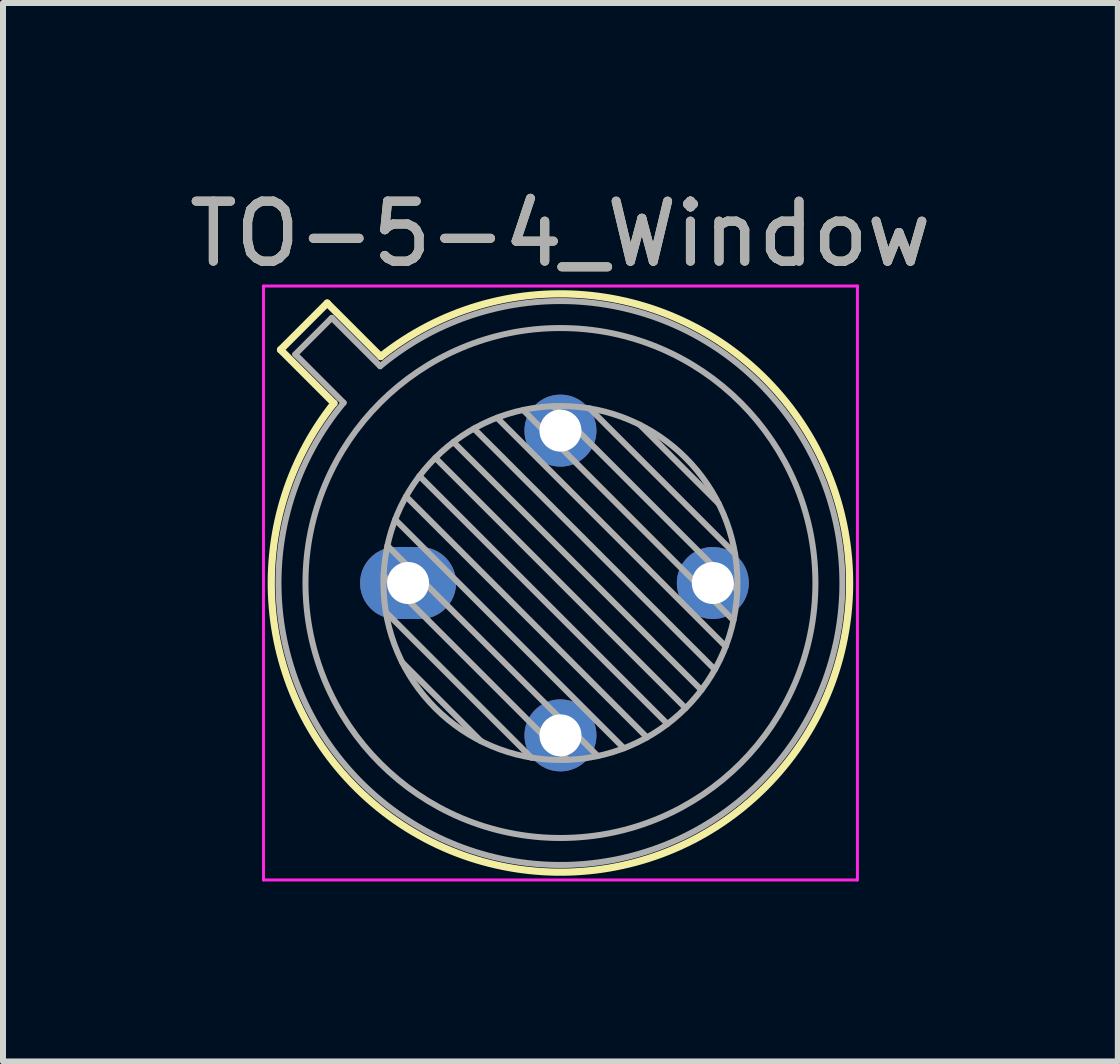
<source format=kicad_pcb>
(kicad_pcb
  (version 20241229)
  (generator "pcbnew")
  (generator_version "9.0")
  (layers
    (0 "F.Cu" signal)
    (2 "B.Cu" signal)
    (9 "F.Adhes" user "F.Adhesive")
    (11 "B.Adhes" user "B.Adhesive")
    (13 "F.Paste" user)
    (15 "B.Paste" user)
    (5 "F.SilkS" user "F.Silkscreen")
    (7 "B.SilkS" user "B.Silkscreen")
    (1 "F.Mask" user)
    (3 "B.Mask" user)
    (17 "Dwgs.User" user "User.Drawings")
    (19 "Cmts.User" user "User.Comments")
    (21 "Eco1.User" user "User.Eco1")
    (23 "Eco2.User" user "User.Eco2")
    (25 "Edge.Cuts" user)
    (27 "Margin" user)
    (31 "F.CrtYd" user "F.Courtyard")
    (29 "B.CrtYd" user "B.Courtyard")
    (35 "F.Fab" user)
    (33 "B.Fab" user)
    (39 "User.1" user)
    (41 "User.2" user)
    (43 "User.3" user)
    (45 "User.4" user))
  (footprint "TO-5-4_Window"
    (layer "F.Cu")
    (at 3.752 6.668)
    (property "Reference" "TO-5-4_Window" (at 2.54 -5.82 0) (layer "F.SilkS") (effects (font (size 1 1) (thickness 0.15))))
    (attr through_hole)
    (fp_line (start -2.126 -3.888) (end -1.235 -2.997) (stroke (width 0.12) (type solid)) (layer "F.SilkS"))
    (fp_line (start -1.348 -4.666) (end -2.126 -3.888) (stroke (width 0.12) (type solid)) (layer "F.SilkS"))
    (fp_line (start -0.457 -3.775) (end -1.348 -4.666) (stroke (width 0.12) (type solid)) (layer "F.SilkS"))
    (fp_arc (start -0.457084 -3.774902) (mid 5.948125 3.408384) (end -1.234674 -2.997371) (stroke (width 0.12) (type solid)) (layer "F.SilkS"))
    (fp_line (start -2.41 -4.95) (end -2.41 4.95) (stroke (width 0.05) (type solid)) (layer "F.CrtYd"))
    (fp_line (start -2.41 4.95) (end 7.49 4.95) (stroke (width 0.05) (type solid)) (layer "F.CrtYd"))
    (fp_line (start 7.49 -4.95) (end -2.41 -4.95) (stroke (width 0.05) (type solid)) (layer "F.CrtYd"))
    (fp_line (start 7.49 4.95) (end 7.49 -4.95) (stroke (width 0.05) (type solid)) (layer "F.CrtYd"))
    (fp_line (start -1.88 -3.812) (end -1.074 -3.005) (stroke (width 0.1) (type solid)) (layer "F.Fab"))
    (fp_line (start -1.272 -4.42) (end -1.88 -3.812) (stroke (width 0.1) (type solid)) (layer "F.Fab"))
    (fp_line (start -0.465 -3.614) (end -1.272 -4.42) (stroke (width 0.1) (type solid)) (layer "F.Fab"))
    (fp_line (start -0.408 -0.12) (end 2.66 2.948) (stroke (width 0.1) (type solid)) (layer "F.Fab"))
    (fp_line (start -0.371 0.485) (end 2.055 2.911) (stroke (width 0.1) (type solid)) (layer "F.Fab"))
    (fp_line (start -0.344 -0.622) (end 3.162 2.884) (stroke (width 0.1) (type solid)) (layer "F.Fab"))
    (fp_line (start -0.215 -1.058) (end 3.598 2.755) (stroke (width 0.1) (type solid)) (layer "F.Fab"))
    (fp_line (start -0.097 1.324) (end 1.216 2.637) (stroke (width 0.1) (type solid)) (layer "F.Fab"))
    (fp_line (start -0.034 -1.443) (end 3.983 2.574) (stroke (width 0.1) (type solid)) (layer "F.Fab"))
    (fp_line (start 0.19 -1.784) (end 4.324 2.35) (stroke (width 0.1) (type solid)) (layer "F.Fab"))
    (fp_line (start 0.454 -2.086) (end 4.626 2.086) (stroke (width 0.1) (type solid)) (layer "F.Fab"))
    (fp_line (start 0.756 -2.35) (end 4.89 1.784) (stroke (width 0.1) (type solid)) (layer "F.Fab"))
    (fp_line (start 1.097 -2.574) (end 5.114 1.443) (stroke (width 0.1) (type solid)) (layer "F.Fab"))
    (fp_line (start 1.482 -2.755) (end 5.295 1.058) (stroke (width 0.1) (type solid)) (layer "F.Fab"))
    (fp_line (start 1.918 -2.884) (end 5.424 0.622) (stroke (width 0.1) (type solid)) (layer "F.Fab"))
    (fp_line (start 2.42 -2.948) (end 5.488 0.12) (stroke (width 0.1) (type solid)) (layer "F.Fab"))
    (fp_line (start 3.025 -2.911) (end 5.451 -0.485) (stroke (width 0.1) (type solid)) (layer "F.Fab"))
    (fp_line (start 3.864 -2.637) (end 5.177 -1.324) (stroke (width 0.1) (type solid)) (layer "F.Fab"))
    (fp_arc (start -0.465408 -3.61352) (mid 5.863443 3.323361) (end -1.073594 -3.005319) (stroke (width 0.1) (type solid)) (layer "F.Fab"))
    (fp_circle (center 2.54 0) (end 5.49 0) (stroke (width 0.1) (type solid)) (fill no) (layer "F.Fab"))
    (fp_circle (center 2.54 0) (end 6.79 0) (stroke (width 0.1) (type solid)) (fill no) (layer "F.Fab"))
    (fp_text user "${REFERENCE}" (at 2.54 -5.82 0) (layer "F.Fab") (effects (font (size 1 1) (thickness 0.15))))
    (pad "1" thru_hole oval (at 0 0) (size 1.6 1.2) (drill 0.7) (layers "*.Cu" "*.Mask"))
    (pad "2" thru_hole oval (at 2.54 2.54) (size 1.2 1.2) (drill 0.7) (layers "*.Cu" "*.Mask"))
    (pad "3" thru_hole oval (at 5.08 0) (size 1.2 1.2) (drill 0.7) (layers "*.Cu" "*.Mask"))
    (pad "4" thru_hole oval (at 2.54 -2.54) (size 1.2 1.2) (drill 0.7) (layers "*.Cu" "*.Mask")))
  (gr_rect
    (start -3 -3)
    (end 15.583 14.643)
    (stroke (width 0.1) (type default))
    (fill no)
    (layer "Edge.Cuts")))
</source>
